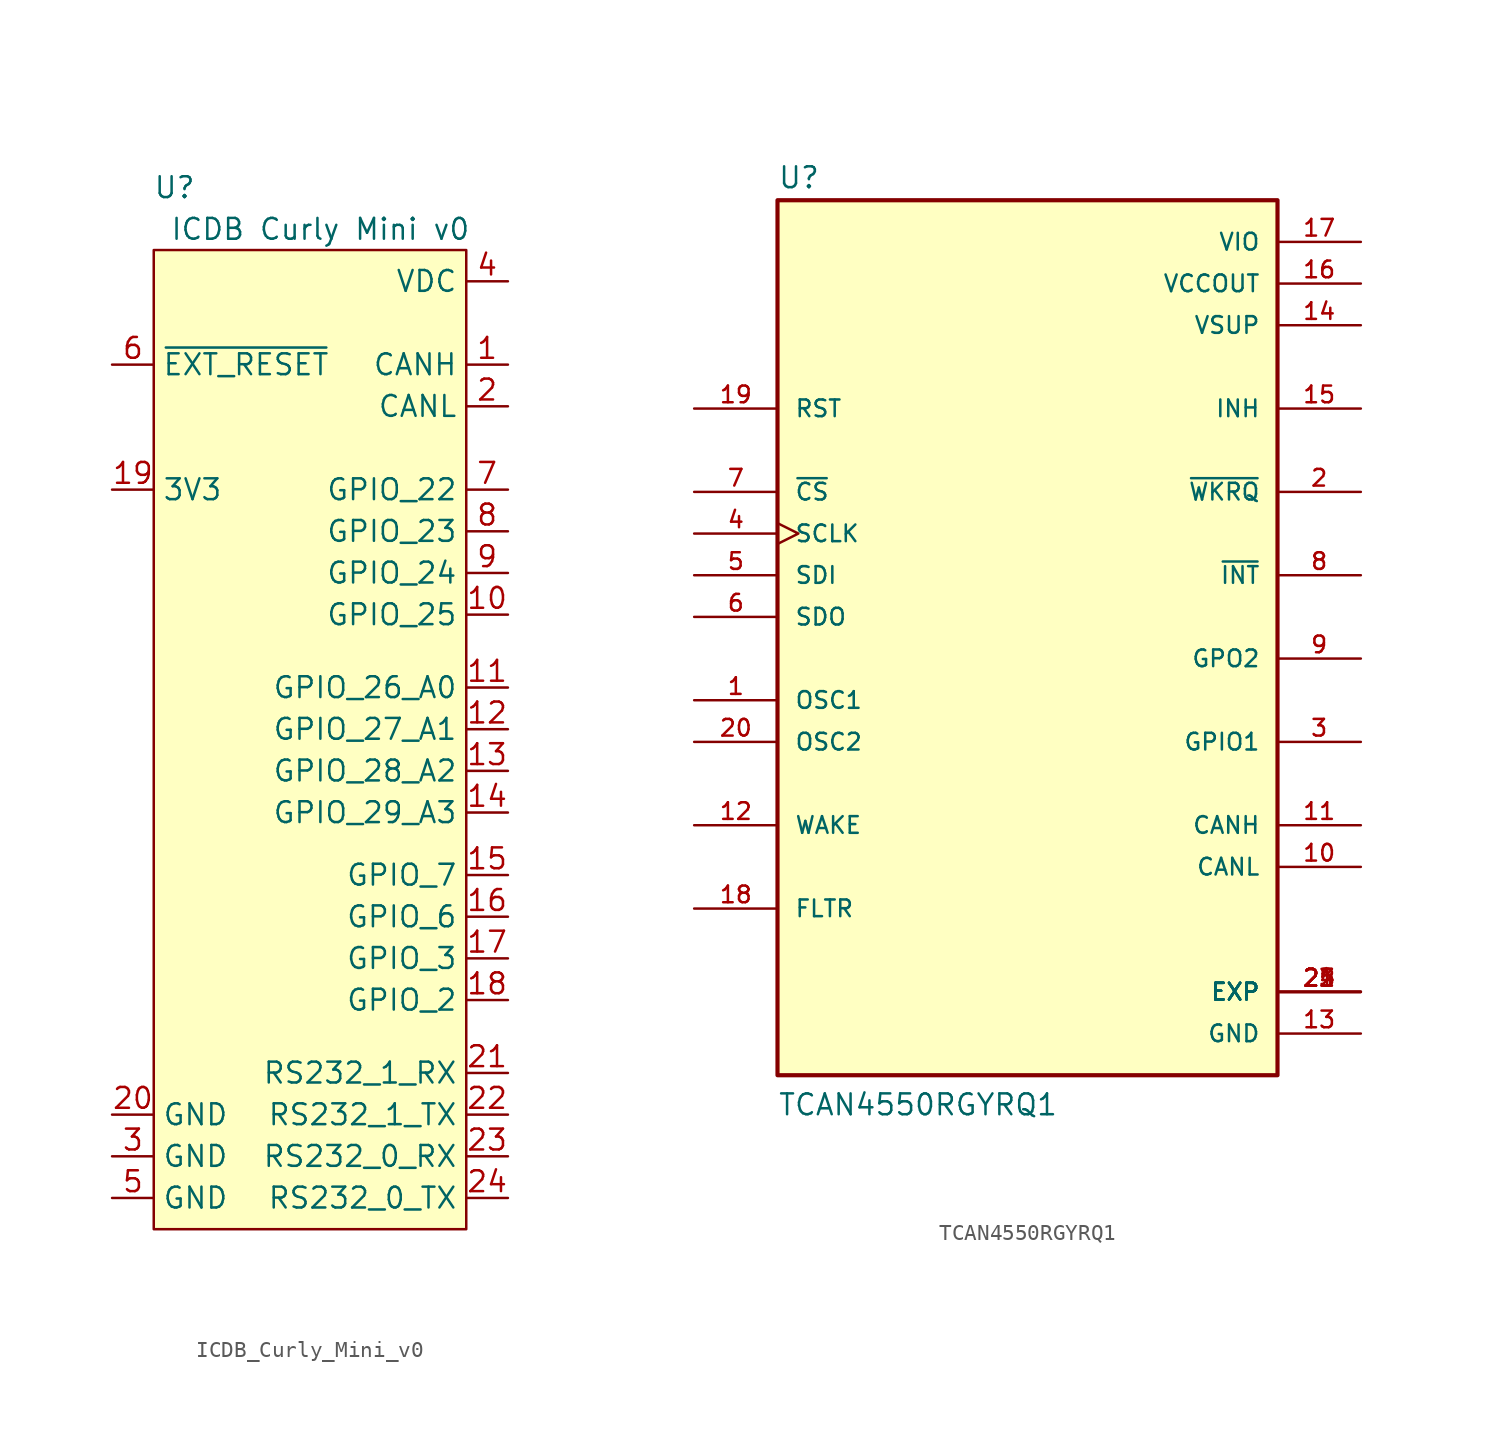
<source format=kicad_sym>
(kicad_symbol_lib
  (version 20220914)
  (generator kicad_symbol_editor)
  (symbol "ICDB_Curly_Mini_v0"
    (property "Reference" "U"
      (at -13.97 3.81 0)
      (effects (font (size 1.27 1.27))))
    (property "Value" "ICDB Curly Mini v0"
      (at -5.08 1.27 0)
      (effects (font (size 1.27 1.27))))
    (symbol "ICDB_Curly_Mini_v0_1_1"
      (rectangle (start -15.24 0) (end 3.81 -59.69) (stroke (width 0) (type default)) (fill (type background)))
      (pin input line (at 6.35 -6.985 180) (length 2.54) (name "CANH" (effects (font (size 1.27 1.27)))) (number "1" (effects (font (size 1.27 1.27)))))
      (pin input line (at 6.35 -22.225 180) (length 2.54) (name "GPIO_25" (effects (font (size 1.27 1.27)))) (number "10" (effects (font (size 1.27 1.27)))))
      (pin input line (at 6.35 -26.67 180) (length 2.54) (name "GPIO_26_A0" (effects (font (size 1.27 1.27)))) (number "11" (effects (font (size 1.27 1.27)))))
      (pin input line (at 6.35 -29.21 180) (length 2.54) (name "GPIO_27_A1" (effects (font (size 1.27 1.27)))) (number "12" (effects (font (size 1.27 1.27)))))
      (pin input line (at 6.35 -31.75 180) (length 2.54) (name "GPIO_28_A2" (effects (font (size 1.27 1.27)))) (number "13" (effects (font (size 1.27 1.27)))))
      (pin input line (at 6.35 -34.29 180) (length 2.54) (name "GPIO_29_A3" (effects (font (size 1.27 1.27)))) (number "14" (effects (font (size 1.27 1.27)))))
      (pin input line (at 6.35 -38.1 180) (length 2.54) (name "GPIO_7" (effects (font (size 1.27 1.27)))) (number "15" (effects (font (size 1.27 1.27)))))
      (pin input line (at 6.35 -40.64 180) (length 2.54) (name "GPIO_6" (effects (font (size 1.27 1.27)))) (number "16" (effects (font (size 1.27 1.27)))))
      (pin input line (at 6.35 -43.18 180) (length 2.54) (name "GPIO_3" (effects (font (size 1.27 1.27)))) (number "17" (effects (font (size 1.27 1.27)))))
      (pin input line (at 6.35 -45.72 180) (length 2.54) (name "GPIO_2" (effects (font (size 1.27 1.27)))) (number "18" (effects (font (size 1.27 1.27)))))
      (pin output line (at -17.78 -14.605 0) (length 2.54) (name "3V3" (effects (font (size 1.27 1.27)))) (number "19" (effects (font (size 1.27 1.27)))))
      (pin input line (at 6.35 -9.525 180) (length 2.54) (name "CANL" (effects (font (size 1.27 1.27)))) (number "2" (effects (font (size 1.27 1.27)))))
      (pin input line (at -17.78 -52.705 0) (length 2.54) (name "GND" (effects (font (size 1.27 1.27)))) (number "20" (effects (font (size 1.27 1.27)))))
      (pin input line (at 6.35 -50.165 180) (length 2.54) (name "RS232_1_RX" (effects (font (size 1.27 1.27)))) (number "21" (effects (font (size 1.27 1.27)))))
      (pin input line (at 6.35 -52.705 180) (length 2.54) (name "RS232_1_TX" (effects (font (size 1.27 1.27)))) (number "22" (effects (font (size 1.27 1.27)))))
      (pin input line (at 6.35 -55.245 180) (length 2.54) (name "RS232_0_RX" (effects (font (size 1.27 1.27)))) (number "23" (effects (font (size 1.27 1.27)))))
      (pin input line (at 6.35 -57.785 180) (length 2.54) (name "RS232_0_TX" (effects (font (size 1.27 1.27)))) (number "24" (effects (font (size 1.27 1.27)))))
      (pin input line (at -17.78 -55.245 0) (length 2.54) (name "GND" (effects (font (size 1.27 1.27)))) (number "3" (effects (font (size 1.27 1.27)))))
      (pin input line (at 6.35 -1.905 180) (length 2.54) (name "VDC" (effects (font (size 1.27 1.27)))) (number "4" (effects (font (size 1.27 1.27)))))
      (pin input line (at -17.78 -57.785 0) (length 2.54) (name "GND" (effects (font (size 1.27 1.27)))) (number "5" (effects (font (size 1.27 1.27)))))
      (pin input line (at -17.78 -6.985 0) (length 2.54) (name "~{EXT_RESET}" (effects (font (size 1.27 1.27)))) (number "6" (effects (font (size 1.27 1.27)))))
      (pin input line (at 6.35 -14.605 180) (length 2.54) (name "GPIO_22" (effects (font (size 1.27 1.27)))) (number "7" (effects (font (size 1.27 1.27)))))
      (pin input line (at 6.35 -17.145 180) (length 2.54) (name "GPIO_23" (effects (font (size 1.27 1.27)))) (number "8" (effects (font (size 1.27 1.27)))))
      (pin input line (at 6.35 -19.685 180) (length 2.54) (name "GPIO_24" (effects (font (size 1.27 1.27)))) (number "9" (effects (font (size 1.27 1.27)))))))
  (symbol "TCAN4550RGYRQ1"
    (pin_names
      (offset 1.016))
    (property "Reference" "U"
      (at -15.24 26.035 0)
      (effects (font (size 1.27 1.27)) (justify left bottom)))
    (property "Value" "TCAN4550RGYRQ1"
      (at -15.24 -30.48 0)
      (effects (font (size 1.27 1.27)) (justify left bottom)))
    (symbol "TCAN4550RGYRQ1_0_0"
      (rectangle (start -15.24 -27.94) (end 15.24 25.4) (stroke (width 0.254) (type default)) (fill (type background)))
      (pin input line (at -20.32 -5.08 0) (length 5.08) (name "OSC1" (effects (font (size 1.016 1.016)))) (number "1" (effects (font (size 1.016 1.016)))))
      (pin bidirectional line (at 20.32 -15.24 180) (length 5.08) (name "CANL" (effects (font (size 1.016 1.016)))) (number "10" (effects (font (size 1.016 1.016)))))
      (pin bidirectional line (at 20.32 -12.7 180) (length 5.08) (name "CANH" (effects (font (size 1.016 1.016)))) (number "11" (effects (font (size 1.016 1.016)))))
      (pin input line (at -20.32 -12.7 0) (length 5.08) (name "WAKE" (effects (font (size 1.016 1.016)))) (number "12" (effects (font (size 1.016 1.016)))))
      (pin power_in line (at 20.32 -25.4 180) (length 5.08) (name "GND" (effects (font (size 1.016 1.016)))) (number "13" (effects (font (size 1.016 1.016)))))
      (pin power_in line (at 20.32 17.78 180) (length 5.08) (name "VSUP" (effects (font (size 1.016 1.016)))) (number "14" (effects (font (size 1.016 1.016)))))
      (pin output line (at 20.32 12.7 180) (length 5.08) (name "INH" (effects (font (size 1.016 1.016)))) (number "15" (effects (font (size 1.016 1.016)))))
      (pin power_in line (at 20.32 20.32 180) (length 5.08) (name "VCCOUT" (effects (font (size 1.016 1.016)))) (number "16" (effects (font (size 1.016 1.016)))))
      (pin power_in line (at 20.32 22.86 180) (length 5.08) (name "VIO" (effects (font (size 1.016 1.016)))) (number "17" (effects (font (size 1.016 1.016)))))
      (pin passive line (at -20.32 -17.78 0) (length 5.08) (name "FLTR" (effects (font (size 1.016 1.016)))) (number "18" (effects (font (size 1.016 1.016)))))
      (pin input line (at -20.32 12.7 0) (length 5.08) (name "RST" (effects (font (size 1.016 1.016)))) (number "19" (effects (font (size 1.016 1.016)))))
      (pin output line (at 20.32 7.62 180) (length 5.08) (name "~{WKRQ}" (effects (font (size 1.016 1.016)))) (number "2" (effects (font (size 1.016 1.016)))))
      (pin output line (at -20.32 -7.62 0) (length 5.08) (name "OSC2" (effects (font (size 1.016 1.016)))) (number "20" (effects (font (size 1.016 1.016)))))
      (pin power_in line (at 20.32 -22.86 180) (length 5.08) (name "EXP" (effects (font (size 1.016 1.016)))) (number "21" (effects (font (size 1.016 1.016)))))
      (pin power_in line (at 20.32 -22.86 180) (length 5.08) (name "EXP" (effects (font (size 1.016 1.016)))) (number "22" (effects (font (size 1.016 1.016)))))
      (pin power_in line (at 20.32 -22.86 180) (length 5.08) (name "EXP" (effects (font (size 1.016 1.016)))) (number "23" (effects (font (size 1.016 1.016)))))
      (pin power_in line (at 20.32 -22.86 180) (length 5.08) (name "EXP" (effects (font (size 1.016 1.016)))) (number "24" (effects (font (size 1.016 1.016)))))
      (pin power_in line (at 20.32 -22.86 180) (length 5.08) (name "EXP" (effects (font (size 1.016 1.016)))) (number "25" (effects (font (size 1.016 1.016)))))
      (pin bidirectional line (at 20.32 -7.62 180) (length 5.08) (name "GPIO1" (effects (font (size 1.016 1.016)))) (number "3" (effects (font (size 1.016 1.016)))))
      (pin input clock (at -20.32 5.08 0) (length 5.08) (name "SCLK" (effects (font (size 1.016 1.016)))) (number "4" (effects (font (size 1.016 1.016)))))
      (pin input line (at -20.32 2.54 0) (length 5.08) (name "SDI" (effects (font (size 1.016 1.016)))) (number "5" (effects (font (size 1.016 1.016)))))
      (pin output line (at -20.32 0 0) (length 5.08) (name "SDO" (effects (font (size 1.016 1.016)))) (number "6" (effects (font (size 1.016 1.016)))))
      (pin input line (at -20.32 7.62 0) (length 5.08) (name "~{CS}" (effects (font (size 1.016 1.016)))) (number "7" (effects (font (size 1.016 1.016)))))
      (pin output line (at 20.32 2.54 180) (length 5.08) (name "~{INT}" (effects (font (size 1.016 1.016)))) (number "8" (effects (font (size 1.016 1.016)))))
      (pin output line (at 20.32 -2.54 180) (length 5.08) (name "GPO2" (effects (font (size 1.016 1.016)))) (number "9" (effects (font (size 1.016 1.016))))))))
</source>
